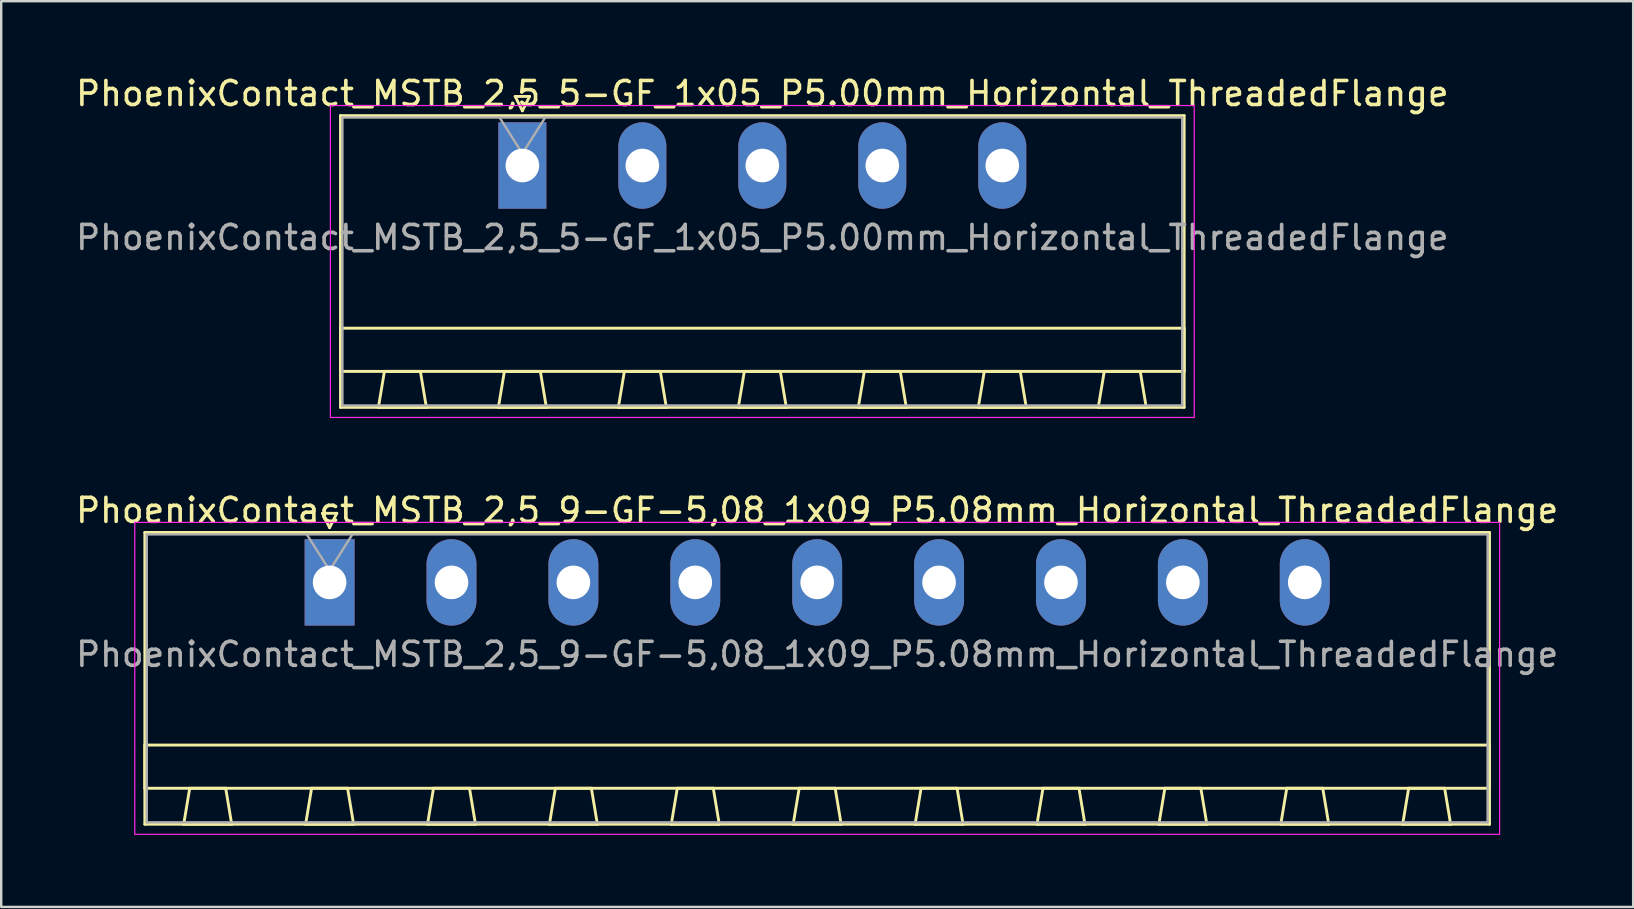
<source format=kicad_pcb>
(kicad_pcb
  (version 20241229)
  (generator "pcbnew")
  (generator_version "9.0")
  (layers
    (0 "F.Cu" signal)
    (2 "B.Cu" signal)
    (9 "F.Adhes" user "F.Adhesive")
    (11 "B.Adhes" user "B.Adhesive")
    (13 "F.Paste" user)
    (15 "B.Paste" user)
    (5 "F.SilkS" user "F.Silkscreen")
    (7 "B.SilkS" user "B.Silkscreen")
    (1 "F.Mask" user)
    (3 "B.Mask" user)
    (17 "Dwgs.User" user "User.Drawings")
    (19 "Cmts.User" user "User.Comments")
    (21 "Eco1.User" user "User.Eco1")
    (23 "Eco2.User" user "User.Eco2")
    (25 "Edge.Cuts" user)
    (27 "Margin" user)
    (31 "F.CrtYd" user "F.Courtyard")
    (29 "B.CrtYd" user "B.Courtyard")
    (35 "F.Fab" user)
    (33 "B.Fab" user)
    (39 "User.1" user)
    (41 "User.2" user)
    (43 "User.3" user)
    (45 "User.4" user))
  (footprint "PhoenixContact_MSTB_2,5_5-GF_1x05_P5.00mm_Horizontal_ThreadedFlange"
    (layer "F.Cu")
    (at 18.72 3.848)
    (property "Reference" "PhoenixContact_MSTB_2,5_5-GF_1x05_P5.00mm_Horizontal_ThreadedFlange" (at 10 -3 0) (layer "F.SilkS") (effects (font (size 1 1) (thickness 0.15))))
    (attr through_hole)
    (fp_line (start -7.58 -2.08) (end -7.58 10.08) (stroke (width 0.12) (type solid)) (layer "F.SilkS"))
    (fp_line (start -7.58 6.78) (end 27.58 6.78) (stroke (width 0.12) (type solid)) (layer "F.SilkS"))
    (fp_line (start -7.58 8.58) (end -7.58 6.78) (stroke (width 0.12) (type solid)) (layer "F.SilkS"))
    (fp_line (start -7.58 10.08) (end 27.58 10.08) (stroke (width 0.12) (type solid)) (layer "F.SilkS"))
    (fp_line (start -6 10.08) (end -4 10.08) (stroke (width 0.12) (type solid)) (layer "F.SilkS"))
    (fp_line (start -5.75 8.58) (end -6 10.08) (stroke (width 0.12) (type solid)) (layer "F.SilkS"))
    (fp_line (start -4.25 8.58) (end -5.75 8.58) (stroke (width 0.12) (type solid)) (layer "F.SilkS"))
    (fp_line (start -4 10.08) (end -4.25 8.58) (stroke (width 0.12) (type solid)) (layer "F.SilkS"))
    (fp_line (start -1 10.08) (end 1 10.08) (stroke (width 0.12) (type solid)) (layer "F.SilkS"))
    (fp_line (start -0.75 8.58) (end -1 10.08) (stroke (width 0.12) (type solid)) (layer "F.SilkS"))
    (fp_line (start -0.3 -2.88) (end 0.3 -2.88) (stroke (width 0.12) (type solid)) (layer "F.SilkS"))
    (fp_line (start 0 -2.28) (end -0.3 -2.88) (stroke (width 0.12) (type solid)) (layer "F.SilkS"))
    (fp_line (start 0.3 -2.88) (end 0 -2.28) (stroke (width 0.12) (type solid)) (layer "F.SilkS"))
    (fp_line (start 0.75 8.58) (end -0.75 8.58) (stroke (width 0.12) (type solid)) (layer "F.SilkS"))
    (fp_line (start 1 10.08) (end 0.75 8.58) (stroke (width 0.12) (type solid)) (layer "F.SilkS"))
    (fp_line (start 4 10.08) (end 6 10.08) (stroke (width 0.12) (type solid)) (layer "F.SilkS"))
    (fp_line (start 4.25 8.58) (end 4 10.08) (stroke (width 0.12) (type solid)) (layer "F.SilkS"))
    (fp_line (start 5.75 8.58) (end 4.25 8.58) (stroke (width 0.12) (type solid)) (layer "F.SilkS"))
    (fp_line (start 6 10.08) (end 5.75 8.58) (stroke (width 0.12) (type solid)) (layer "F.SilkS"))
    (fp_line (start 9 10.08) (end 11 10.08) (stroke (width 0.12) (type solid)) (layer "F.SilkS"))
    (fp_line (start 9.25 8.58) (end 9 10.08) (stroke (width 0.12) (type solid)) (layer "F.SilkS"))
    (fp_line (start 10.75 8.58) (end 9.25 8.58) (stroke (width 0.12) (type solid)) (layer "F.SilkS"))
    (fp_line (start 11 10.08) (end 10.75 8.58) (stroke (width 0.12) (type solid)) (layer "F.SilkS"))
    (fp_line (start 14 10.08) (end 16 10.08) (stroke (width 0.12) (type solid)) (layer "F.SilkS"))
    (fp_line (start 14.25 8.58) (end 14 10.08) (stroke (width 0.12) (type solid)) (layer "F.SilkS"))
    (fp_line (start 15.75 8.58) (end 14.25 8.58) (stroke (width 0.12) (type solid)) (layer "F.SilkS"))
    (fp_line (start 16 10.08) (end 15.75 8.58) (stroke (width 0.12) (type solid)) (layer "F.SilkS"))
    (fp_line (start 19 10.08) (end 21 10.08) (stroke (width 0.12) (type solid)) (layer "F.SilkS"))
    (fp_line (start 19.25 8.58) (end 19 10.08) (stroke (width 0.12) (type solid)) (layer "F.SilkS"))
    (fp_line (start 20.75 8.58) (end 19.25 8.58) (stroke (width 0.12) (type solid)) (layer "F.SilkS"))
    (fp_line (start 21 10.08) (end 20.75 8.58) (stroke (width 0.12) (type solid)) (layer "F.SilkS"))
    (fp_line (start 24 10.08) (end 26 10.08) (stroke (width 0.12) (type solid)) (layer "F.SilkS"))
    (fp_line (start 24.25 8.58) (end 24 10.08) (stroke (width 0.12) (type solid)) (layer "F.SilkS"))
    (fp_line (start 25.75 8.58) (end 24.25 8.58) (stroke (width 0.12) (type solid)) (layer "F.SilkS"))
    (fp_line (start 26 10.08) (end 25.75 8.58) (stroke (width 0.12) (type solid)) (layer "F.SilkS"))
    (fp_line (start 27.58 -2.08) (end -7.58 -2.08) (stroke (width 0.12) (type solid)) (layer "F.SilkS"))
    (fp_line (start 27.58 6.78) (end 27.58 8.58) (stroke (width 0.12) (type solid)) (layer "F.SilkS"))
    (fp_line (start 27.58 8.58) (end -7.58 8.58) (stroke (width 0.12) (type solid)) (layer "F.SilkS"))
    (fp_line (start 27.58 10.08) (end 27.58 -2.08) (stroke (width 0.12) (type solid)) (layer "F.SilkS"))
    (fp_line (start -8 -2.5) (end -8 10.5) (stroke (width 0.05) (type solid)) (layer "F.CrtYd"))
    (fp_line (start -8 10.5) (end 28 10.5) (stroke (width 0.05) (type solid)) (layer "F.CrtYd"))
    (fp_line (start 28 -2.5) (end -8 -2.5) (stroke (width 0.05) (type solid)) (layer "F.CrtYd"))
    (fp_line (start 28 10.5) (end 28 -2.5) (stroke (width 0.05) (type solid)) (layer "F.CrtYd"))
    (fp_line (start -7.5 -2) (end -7.5 10) (stroke (width 0.1) (type solid)) (layer "F.Fab"))
    (fp_line (start -7.5 10) (end 27.5 10) (stroke (width 0.1) (type solid)) (layer "F.Fab"))
    (fp_line (start 0 -0.5) (end -0.95 -2) (stroke (width 0.1) (type solid)) (layer "F.Fab"))
    (fp_line (start 0.95 -2) (end 0 -0.5) (stroke (width 0.1) (type solid)) (layer "F.Fab"))
    (fp_line (start 27.5 -2) (end -7.5 -2) (stroke (width 0.1) (type solid)) (layer "F.Fab"))
    (fp_line (start 27.5 10) (end 27.5 -2) (stroke (width 0.1) (type solid)) (layer "F.Fab"))
    (fp_text user "${REFERENCE}" (at 10 3 0) (layer "F.Fab") (effects (font (size 1 1) (thickness 0.15))))
    (pad "1" thru_hole rect (at 0 0) (size 2 3.6) (drill 1.4) (layers "*.Cu" "*.Mask"))
    (pad "2" thru_hole oval (at 5 0) (size 2 3.6) (drill 1.4) (layers "*.Cu" "*.Mask"))
    (pad "3" thru_hole oval (at 10 0) (size 2 3.6) (drill 1.4) (layers "*.Cu" "*.Mask"))
    (pad "4" thru_hole oval (at 15 0) (size 2 3.6) (drill 1.4) (layers "*.Cu" "*.Mask"))
    (pad "5" thru_hole oval (at 20 0) (size 2 3.6) (drill 1.4) (layers "*.Cu" "*.Mask")))
  (footprint "PhoenixContact_MSTB_2,5_9-GF-5,08_1x09_P5.08mm_Horizontal_ThreadedFlange"
    (layer "F.Cu")
    (at 10.686 21.221)
    (property "Reference" "PhoenixContact_MSTB_2,5_9-GF-5,08_1x09_P5.08mm_Horizontal_ThreadedFlange" (at 20.32 -3 0) (layer "F.SilkS") (effects (font (size 1 1) (thickness 0.15))))
    (attr through_hole)
    (fp_line (start -7.7 -2.08) (end -7.7 10.08) (stroke (width 0.12) (type solid)) (layer "F.SilkS"))
    (fp_line (start -7.7 6.78) (end 48.34 6.78) (stroke (width 0.12) (type solid)) (layer "F.SilkS"))
    (fp_line (start -7.7 8.58) (end -7.7 6.78) (stroke (width 0.12) (type solid)) (layer "F.SilkS"))
    (fp_line (start -7.7 10.08) (end 48.34 10.08) (stroke (width 0.12) (type solid)) (layer "F.SilkS"))
    (fp_line (start -6.08 10.08) (end -4.08 10.08) (stroke (width 0.12) (type solid)) (layer "F.SilkS"))
    (fp_line (start -5.83 8.58) (end -6.08 10.08) (stroke (width 0.12) (type solid)) (layer "F.SilkS"))
    (fp_line (start -4.33 8.58) (end -5.83 8.58) (stroke (width 0.12) (type solid)) (layer "F.SilkS"))
    (fp_line (start -4.08 10.08) (end -4.33 8.58) (stroke (width 0.12) (type solid)) (layer "F.SilkS"))
    (fp_line (start -1 10.08) (end 1 10.08) (stroke (width 0.12) (type solid)) (layer "F.SilkS"))
    (fp_line (start -0.75 8.58) (end -1 10.08) (stroke (width 0.12) (type solid)) (layer "F.SilkS"))
    (fp_line (start -0.3 -2.88) (end 0.3 -2.88) (stroke (width 0.12) (type solid)) (layer "F.SilkS"))
    (fp_line (start 0 -2.28) (end -0.3 -2.88) (stroke (width 0.12) (type solid)) (layer "F.SilkS"))
    (fp_line (start 0.3 -2.88) (end 0 -2.28) (stroke (width 0.12) (type solid)) (layer "F.SilkS"))
    (fp_line (start 0.75 8.58) (end -0.75 8.58) (stroke (width 0.12) (type solid)) (layer "F.SilkS"))
    (fp_line (start 1 10.08) (end 0.75 8.58) (stroke (width 0.12) (type solid)) (layer "F.SilkS"))
    (fp_line (start 4.08 10.08) (end 6.08 10.08) (stroke (width 0.12) (type solid)) (layer "F.SilkS"))
    (fp_line (start 4.33 8.58) (end 4.08 10.08) (stroke (width 0.12) (type solid)) (layer "F.SilkS"))
    (fp_line (start 5.83 8.58) (end 4.33 8.58) (stroke (width 0.12) (type solid)) (layer "F.SilkS"))
    (fp_line (start 6.08 10.08) (end 5.83 8.58) (stroke (width 0.12) (type solid)) (layer "F.SilkS"))
    (fp_line (start 9.16 10.08) (end 11.16 10.08) (stroke (width 0.12) (type solid)) (layer "F.SilkS"))
    (fp_line (start 9.41 8.58) (end 9.16 10.08) (stroke (width 0.12) (type solid)) (layer "F.SilkS"))
    (fp_line (start 10.91 8.58) (end 9.41 8.58) (stroke (width 0.12) (type solid)) (layer "F.SilkS"))
    (fp_line (start 11.16 10.08) (end 10.91 8.58) (stroke (width 0.12) (type solid)) (layer "F.SilkS"))
    (fp_line (start 14.24 10.08) (end 16.24 10.08) (stroke (width 0.12) (type solid)) (layer "F.SilkS"))
    (fp_line (start 14.49 8.58) (end 14.24 10.08) (stroke (width 0.12) (type solid)) (layer "F.SilkS"))
    (fp_line (start 15.99 8.58) (end 14.49 8.58) (stroke (width 0.12) (type solid)) (layer "F.SilkS"))
    (fp_line (start 16.24 10.08) (end 15.99 8.58) (stroke (width 0.12) (type solid)) (layer "F.SilkS"))
    (fp_line (start 19.32 10.08) (end 21.32 10.08) (stroke (width 0.12) (type solid)) (layer "F.SilkS"))
    (fp_line (start 19.57 8.58) (end 19.32 10.08) (stroke (width 0.12) (type solid)) (layer "F.SilkS"))
    (fp_line (start 21.07 8.58) (end 19.57 8.58) (stroke (width 0.12) (type solid)) (layer "F.SilkS"))
    (fp_line (start 21.32 10.08) (end 21.07 8.58) (stroke (width 0.12) (type solid)) (layer "F.SilkS"))
    (fp_line (start 24.4 10.08) (end 26.4 10.08) (stroke (width 0.12) (type solid)) (layer "F.SilkS"))
    (fp_line (start 24.65 8.58) (end 24.4 10.08) (stroke (width 0.12) (type solid)) (layer "F.SilkS"))
    (fp_line (start 26.15 8.58) (end 24.65 8.58) (stroke (width 0.12) (type solid)) (layer "F.SilkS"))
    (fp_line (start 26.4 10.08) (end 26.15 8.58) (stroke (width 0.12) (type solid)) (layer "F.SilkS"))
    (fp_line (start 29.48 10.08) (end 31.48 10.08) (stroke (width 0.12) (type solid)) (layer "F.SilkS"))
    (fp_line (start 29.73 8.58) (end 29.48 10.08) (stroke (width 0.12) (type solid)) (layer "F.SilkS"))
    (fp_line (start 31.23 8.58) (end 29.73 8.58) (stroke (width 0.12) (type solid)) (layer "F.SilkS"))
    (fp_line (start 31.48 10.08) (end 31.23 8.58) (stroke (width 0.12) (type solid)) (layer "F.SilkS"))
    (fp_line (start 34.56 10.08) (end 36.56 10.08) (stroke (width 0.12) (type solid)) (layer "F.SilkS"))
    (fp_line (start 34.81 8.58) (end 34.56 10.08) (stroke (width 0.12) (type solid)) (layer "F.SilkS"))
    (fp_line (start 36.31 8.58) (end 34.81 8.58) (stroke (width 0.12) (type solid)) (layer "F.SilkS"))
    (fp_line (start 36.56 10.08) (end 36.31 8.58) (stroke (width 0.12) (type solid)) (layer "F.SilkS"))
    (fp_line (start 39.64 10.08) (end 41.64 10.08) (stroke (width 0.12) (type solid)) (layer "F.SilkS"))
    (fp_line (start 39.89 8.58) (end 39.64 10.08) (stroke (width 0.12) (type solid)) (layer "F.SilkS"))
    (fp_line (start 41.39 8.58) (end 39.89 8.58) (stroke (width 0.12) (type solid)) (layer "F.SilkS"))
    (fp_line (start 41.64 10.08) (end 41.39 8.58) (stroke (width 0.12) (type solid)) (layer "F.SilkS"))
    (fp_line (start 44.72 10.08) (end 46.72 10.08) (stroke (width 0.12) (type solid)) (layer "F.SilkS"))
    (fp_line (start 44.97 8.58) (end 44.72 10.08) (stroke (width 0.12) (type solid)) (layer "F.SilkS"))
    (fp_line (start 46.47 8.58) (end 44.97 8.58) (stroke (width 0.12) (type solid)) (layer "F.SilkS"))
    (fp_line (start 46.72 10.08) (end 46.47 8.58) (stroke (width 0.12) (type solid)) (layer "F.SilkS"))
    (fp_line (start 48.34 -2.08) (end -7.7 -2.08) (stroke (width 0.12) (type solid)) (layer "F.SilkS"))
    (fp_line (start 48.34 6.78) (end 48.34 8.58) (stroke (width 0.12) (type solid)) (layer "F.SilkS"))
    (fp_line (start 48.34 8.58) (end -7.7 8.58) (stroke (width 0.12) (type solid)) (layer "F.SilkS"))
    (fp_line (start 48.34 10.08) (end 48.34 -2.08) (stroke (width 0.12) (type solid)) (layer "F.SilkS"))
    (fp_line (start -8.12 -2.5) (end -8.12 10.5) (stroke (width 0.05) (type solid)) (layer "F.CrtYd"))
    (fp_line (start -8.12 10.5) (end 48.76 10.5) (stroke (width 0.05) (type solid)) (layer "F.CrtYd"))
    (fp_line (start 48.76 -2.5) (end -8.12 -2.5) (stroke (width 0.05) (type solid)) (layer "F.CrtYd"))
    (fp_line (start 48.76 10.5) (end 48.76 -2.5) (stroke (width 0.05) (type solid)) (layer "F.CrtYd"))
    (fp_line (start -7.62 -2) (end -7.62 10) (stroke (width 0.1) (type solid)) (layer "F.Fab"))
    (fp_line (start -7.62 10) (end 48.26 10) (stroke (width 0.1) (type solid)) (layer "F.Fab"))
    (fp_line (start 0 -0.5) (end -0.95 -2) (stroke (width 0.1) (type solid)) (layer "F.Fab"))
    (fp_line (start 0.95 -2) (end 0 -0.5) (stroke (width 0.1) (type solid)) (layer "F.Fab"))
    (fp_line (start 48.26 -2) (end -7.62 -2) (stroke (width 0.1) (type solid)) (layer "F.Fab"))
    (fp_line (start 48.26 10) (end 48.26 -2) (stroke (width 0.1) (type solid)) (layer "F.Fab"))
    (fp_text user "${REFERENCE}" (at 20.32 3 0) (layer "F.Fab") (effects (font (size 1 1) (thickness 0.15))))
    (pad "1" thru_hole rect (at 0 0) (size 2.08 3.6) (drill 1.4) (layers "*.Cu" "*.Mask"))
    (pad "2" thru_hole oval (at 5.08 0) (size 2.08 3.6) (drill 1.4) (layers "*.Cu" "*.Mask"))
    (pad "3" thru_hole oval (at 10.16 0) (size 2.08 3.6) (drill 1.4) (layers "*.Cu" "*.Mask"))
    (pad "4" thru_hole oval (at 15.24 0) (size 2.08 3.6) (drill 1.4) (layers "*.Cu" "*.Mask"))
    (pad "5" thru_hole oval (at 20.32 0) (size 2.08 3.6) (drill 1.4) (layers "*.Cu" "*.Mask"))
    (pad "6" thru_hole oval (at 25.4 0) (size 2.08 3.6) (drill 1.4) (layers "*.Cu" "*.Mask"))
    (pad "7" thru_hole oval (at 30.48 0) (size 2.08 3.6) (drill 1.4) (layers "*.Cu" "*.Mask"))
    (pad "8" thru_hole oval (at 35.56 0) (size 2.08 3.6) (drill 1.4) (layers "*.Cu" "*.Mask"))
    (pad "9" thru_hole oval (at 40.64 0) (size 2.08 3.6) (drill 1.4) (layers "*.Cu" "*.Mask")))
  (gr_rect
    (start -3 -3)
    (end 65.012 34.746)
    (stroke (width 0.1) (type default))
    (fill no)
    (layer "Edge.Cuts")))
</source>
